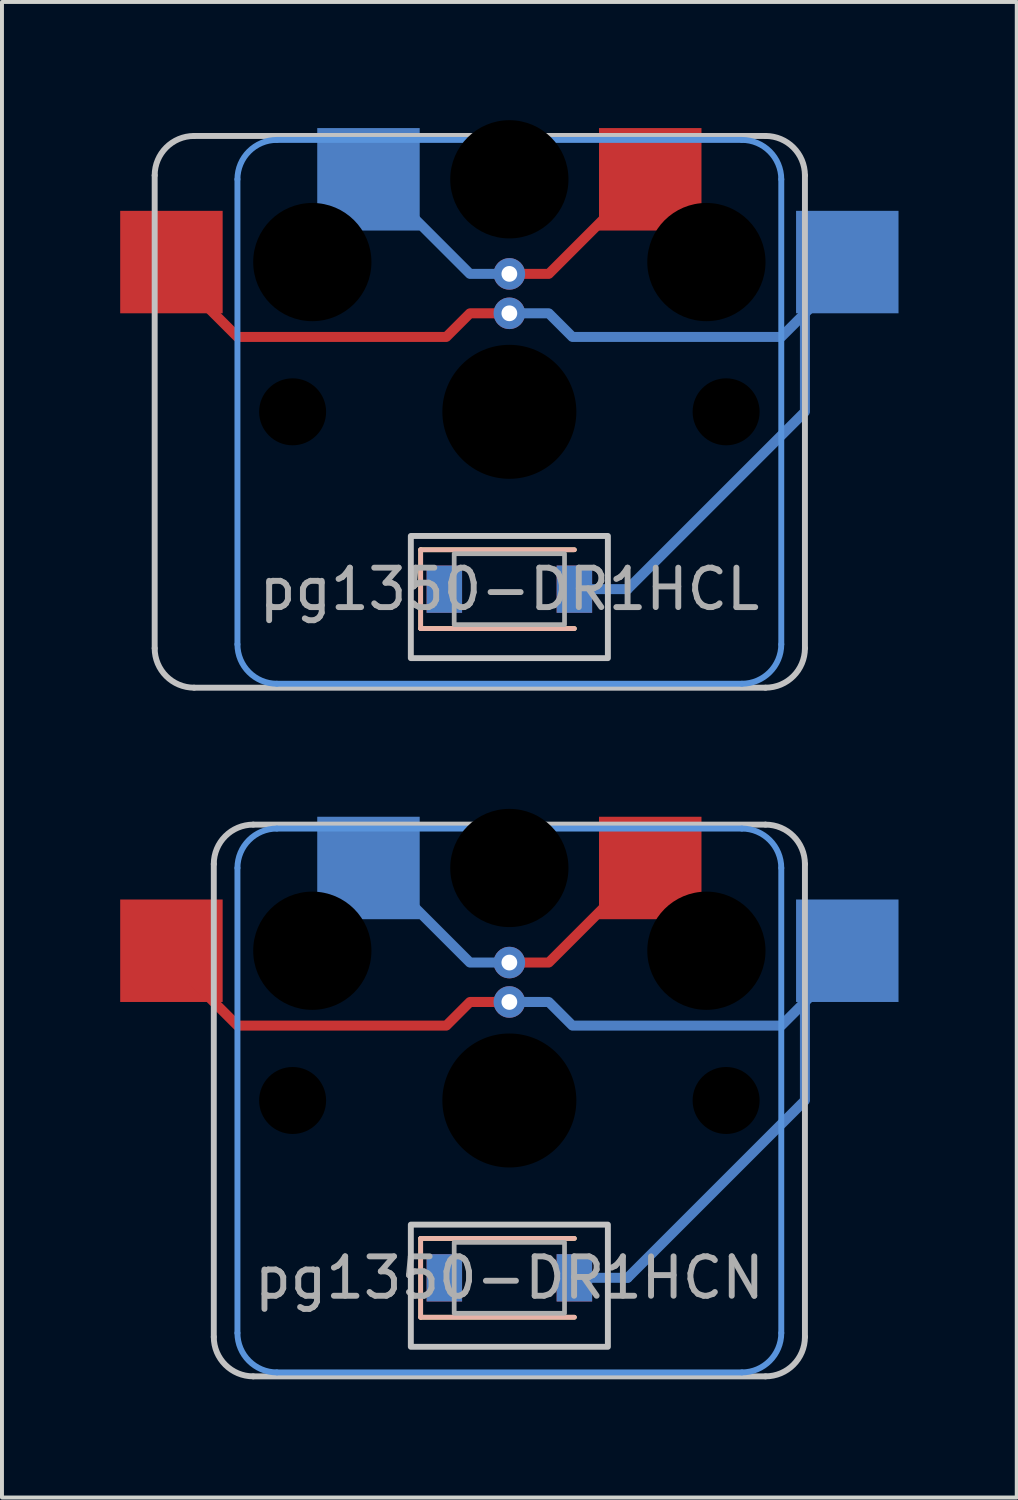
<source format=kicad_pcb>
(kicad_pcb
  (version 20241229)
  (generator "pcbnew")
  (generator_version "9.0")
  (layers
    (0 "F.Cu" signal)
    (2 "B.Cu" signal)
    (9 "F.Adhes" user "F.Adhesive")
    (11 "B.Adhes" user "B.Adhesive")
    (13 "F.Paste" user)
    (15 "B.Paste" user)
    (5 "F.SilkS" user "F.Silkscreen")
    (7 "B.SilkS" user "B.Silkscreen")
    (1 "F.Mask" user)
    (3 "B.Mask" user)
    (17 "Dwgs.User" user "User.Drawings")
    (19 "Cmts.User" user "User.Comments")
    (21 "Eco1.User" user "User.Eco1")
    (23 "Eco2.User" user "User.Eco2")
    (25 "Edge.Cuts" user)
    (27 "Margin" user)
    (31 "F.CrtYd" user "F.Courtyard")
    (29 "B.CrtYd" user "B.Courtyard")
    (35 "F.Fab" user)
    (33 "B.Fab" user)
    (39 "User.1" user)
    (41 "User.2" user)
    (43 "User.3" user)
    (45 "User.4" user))
  (footprint "pg1350-DR1HCL"
    (layer "F.Cu")
    (at 9.875 11.9)
    (property "Reference" "pg1350-DR1HCL" (at 0 0 0) (layer "F.Fab") (effects (font (size 1 1) (thickness 0.15))))
    (attr smd)
    (fp_line (start -2.25 -1) (end -2.25 1) (stroke (width 0.12) (type solid)) (layer "F.SilkS"))
    (fp_line (start -2.25 1) (end 1.65 1) (stroke (width 0.12) (type solid)) (layer "F.SilkS"))
    (fp_line (start 1.65 -1) (end -2.25 -1) (stroke (width 0.12) (type solid)) (layer "F.SilkS"))
    (fp_line (start -2.25 -1) (end -2.25 1) (stroke (width 0.12) (type solid)) (layer "B.SilkS"))
    (fp_line (start -2.25 1) (end 1.65 1) (stroke (width 0.12) (type solid)) (layer "B.SilkS"))
    (fp_line (start 1.65 -1) (end -2.25 -1) (stroke (width 0.12) (type solid)) (layer "B.SilkS"))
    (fp_line (start -9 1.5) (end -9 -10.5) (stroke (width 0.15) (type solid)) (layer "Dwgs.User"))
    (fp_line (start -8 -11.5) (end 6.5 -11.5) (stroke (width 0.15) (type solid)) (layer "Dwgs.User"))
    (fp_line (start 6.5 2.5) (end -8 2.5) (stroke (width 0.15) (type solid)) (layer "Dwgs.User"))
    (fp_line (start 7.5 -10.5) (end 7.5 1.5) (stroke (width 0.15) (type solid)) (layer "Dwgs.User"))
    (fp_rect (start 2.5 1.75) (end -2.5 -1.35) (stroke (width 0.15) (type solid)) (fill no) (layer "Dwgs.User"))
    (fp_arc (start -9 -10.5) (mid -8.707107 -11.207107) (end -8 -11.5) (stroke (width 0.15) (type solid)) (layer "Dwgs.User"))
    (fp_arc (start -8 2.5) (mid -8.707107 2.207107) (end -9 1.5) (stroke (width 0.15) (type solid)) (layer "Dwgs.User"))
    (fp_arc (start 6.5 -11.5) (mid 7.207107 -11.207107) (end 7.5 -10.5) (stroke (width 0.15) (type solid)) (layer "Dwgs.User"))
    (fp_arc (start 7.5 1.5) (mid 7.207107 2.207107) (end 6.5 2.5) (stroke (width 0.15) (type solid)) (layer "Dwgs.User"))
    (fp_line (start -6.9 1.4) (end -6.9 -10.4) (stroke (width 0.15) (type solid)) (layer "Cmts.User"))
    (fp_line (start -5.9 -11.4) (end 5.9 -11.4) (stroke (width 0.15) (type solid)) (layer "Cmts.User"))
    (fp_line (start 5.9 2.4) (end -5.9 2.4) (stroke (width 0.15) (type solid)) (layer "Cmts.User"))
    (fp_line (start 6.9 -10.4) (end 6.9 1.4) (stroke (width 0.15) (type solid)) (layer "Cmts.User"))
    (fp_arc (start -6.9 -10.4) (mid -6.607107 -11.107107) (end -5.9 -11.4) (stroke (width 0.15) (type solid)) (layer "Cmts.User"))
    (fp_arc (start -5.9 2.4) (mid -6.607107 2.107107) (end -6.9 1.4) (stroke (width 0.15) (type solid)) (layer "Cmts.User"))
    (fp_arc (start 5.9 -11.4) (mid 6.607107 -11.107107) (end 6.9 -10.4) (stroke (width 0.15) (type solid)) (layer "Cmts.User"))
    (fp_arc (start 6.9 1.4) (mid 6.607107 2.107107) (end 5.9 2.4) (stroke (width 0.15) (type solid)) (layer "Cmts.User"))
    (fp_rect (start 1.4 0.9) (end -1.4 -0.9) (stroke (width 0.12) (type solid)) (fill no) (layer "F.Fab"))
    (pad "" np_thru_hole circle (at -5.5 -4.5) (size 1.7 1.7) (drill 1.7) (layers "*.Mask"))
    (pad "" np_thru_hole circle (at -5 -8.3) (size 3 3) (drill 3) (layers "*.Mask"))
    (pad "" np_thru_hole circle (at 0 -10.4) (size 3 3) (drill 3) (layers "*.Mask"))
    (pad "" thru_hole circle (at 0 -8) (size 0.8 0.8) (drill 0.4) (layers "*.Cu"))
    (pad "" thru_hole circle (at 0 -7) (size 0.8 0.8) (drill 0.4) (layers "*.Cu"))
    (pad "" np_thru_hole circle (at 0 -4.5) (size 3.4 3.4) (drill 3.4) (layers "*.Mask"))
    (pad "" np_thru_hole circle (at 5 -8.3) (size 3 3) (drill 3) (layers "*.Mask"))
    (pad "" np_thru_hole circle (at 5.5 -4.5) (size 1.7 1.7) (drill 1.7) (layers "*.Mask"))
    (pad "1" smd rect (at -3.575 -10.4) (size 2.6 2.6) (layers "B.Cu" "B.Mask"))
    (pad "1" smd custom (at 0 -8) (size 0.254 0.254) (layers "F.Cu") (options (anchor circle)) (primitives (gr_line (start 0 0) (end 1 0) (width 0.254)) (gr_line (start 1 0) (end 2.5 -1.5) (width 0.254))))
    (pad "1" smd custom (at 0 -8) (size 0.254 0.254) (layers "B.Cu") (options (anchor circle)) (primitives (gr_line (start 0 0) (end -1 0) (width 0.254)) (gr_line (start -1 0) (end -2.5 -1.5) (width 0.254))))
    (pad "1" smd rect (at 3.575 -10.4) (size 2.6 2.6) (layers "F.Cu" "F.Mask"))
    (pad "2" smd rect (at -1.65 0) (size 0.9 1.2) (layers "*.Cu" "*.Mask"))
    (pad "3" smd rect (at -8.575 -8.3) (size 2.6 2.6) (layers "F.Cu" "F.Mask"))
    (pad "3" smd custom (at 0 -7) (size 0.254 0.254) (layers "F.Cu") (options (anchor circle)) (primitives (gr_line (start 0 0) (end -1 0) (width 0.254)) (gr_line (start -1 0) (end -1.6 0.6) (width 0.254)) (gr_line (start -1.6 0.6) (end -6.9 0.6) (width 0.254)) (gr_line (start -6.9 0.6) (end -8 -0.5) (width 0.254))))
    (pad "3" smd custom (at 0 -7) (size 0.254 0.254) (layers "B.Cu") (options (anchor circle)) (primitives (gr_line (start 0 0) (end 1 0) (width 0.254)) (gr_line (start 1 0) (end 1.6 0.6) (width 0.254)) (gr_line (start 1.6 0.6) (end 6.9 0.6) (width 0.254)) (gr_line (start 6.9 0.6) (end 8 -0.5) (width 0.254))))
    (pad "3" smd rect (at 1.65 0) (size 0.9 1.2) (layers "*.Cu" "*.Mask"))
    (pad "3" smd oval (at 2.325 0) (size 1.604 0.254) (layers "B.Cu"))
    (pad "3" smd custom (at 3 0) (size 0.254 0.254) (layers "B.Cu") (options (anchor circle)) (primitives (gr_line (start 0 0) (end 4.5 -4.5) (width 0.254)) (gr_line (start 4.5 -4.5) (end 4.5 -8.3) (width 0.254))))
    (pad "3" smd rect (at 8.575 -8.3) (size 2.6 2.6) (layers "B.Cu" "B.Mask")))
  (footprint "pg1350-DR1HCN"
    (layer "F.Cu")
    (at 9.875 29.375)
    (property "Reference" "pg1350-DR1HCN" (at 0 0 0) (layer "F.Fab") (effects (font (size 1 1) (thickness 0.15))))
    (attr smd)
    (fp_line (start -2.25 -1) (end -2.25 1) (stroke (width 0.12) (type solid)) (layer "F.SilkS"))
    (fp_line (start -2.25 1) (end 1.65 1) (stroke (width 0.12) (type solid)) (layer "F.SilkS"))
    (fp_line (start 1.65 -1) (end -2.25 -1) (stroke (width 0.12) (type solid)) (layer "F.SilkS"))
    (fp_line (start -2.25 -1) (end -2.25 1) (stroke (width 0.12) (type solid)) (layer "B.SilkS"))
    (fp_line (start -2.25 1) (end 1.65 1) (stroke (width 0.12) (type solid)) (layer "B.SilkS"))
    (fp_line (start 1.65 -1) (end -2.25 -1) (stroke (width 0.12) (type solid)) (layer "B.SilkS"))
    (fp_line (start -7.5 1.5) (end -7.5 -10.5) (stroke (width 0.15) (type solid)) (layer "Dwgs.User"))
    (fp_line (start -6.5 -11.5) (end 6.5 -11.5) (stroke (width 0.15) (type solid)) (layer "Dwgs.User"))
    (fp_line (start 6.5 2.5) (end -6.5 2.5) (stroke (width 0.15) (type solid)) (layer "Dwgs.User"))
    (fp_line (start 7.5 -10.5) (end 7.5 1.5) (stroke (width 0.15) (type solid)) (layer "Dwgs.User"))
    (fp_rect (start 2.5 1.75) (end -2.5 -1.35) (stroke (width 0.15) (type solid)) (fill no) (layer "Dwgs.User"))
    (fp_arc (start -7.5 -10.5) (mid -7.207107 -11.207107) (end -6.5 -11.5) (stroke (width 0.15) (type solid)) (layer "Dwgs.User"))
    (fp_arc (start -6.5 2.5) (mid -7.207107 2.207107) (end -7.5 1.5) (stroke (width 0.15) (type solid)) (layer "Dwgs.User"))
    (fp_arc (start 6.5 -11.5) (mid 7.207107 -11.207107) (end 7.5 -10.5) (stroke (width 0.15) (type solid)) (layer "Dwgs.User"))
    (fp_arc (start 7.5 1.5) (mid 7.207107 2.207107) (end 6.5 2.5) (stroke (width 0.15) (type solid)) (layer "Dwgs.User"))
    (fp_line (start -6.9 1.4) (end -6.9 -10.4) (stroke (width 0.15) (type solid)) (layer "Cmts.User"))
    (fp_line (start -5.9 -11.4) (end 5.9 -11.4) (stroke (width 0.15) (type solid)) (layer "Cmts.User"))
    (fp_line (start 5.9 2.4) (end -5.9 2.4) (stroke (width 0.15) (type solid)) (layer "Cmts.User"))
    (fp_line (start 6.9 -10.4) (end 6.9 1.4) (stroke (width 0.15) (type solid)) (layer "Cmts.User"))
    (fp_arc (start -6.9 -10.4) (mid -6.607107 -11.107107) (end -5.9 -11.4) (stroke (width 0.15) (type solid)) (layer "Cmts.User"))
    (fp_arc (start -5.9 2.4) (mid -6.607107 2.107107) (end -6.9 1.4) (stroke (width 0.15) (type solid)) (layer "Cmts.User"))
    (fp_arc (start 5.9 -11.4) (mid 6.607107 -11.107107) (end 6.9 -10.4) (stroke (width 0.15) (type solid)) (layer "Cmts.User"))
    (fp_arc (start 6.9 1.4) (mid 6.607107 2.107107) (end 5.9 2.4) (stroke (width 0.15) (type solid)) (layer "Cmts.User"))
    (fp_rect (start 1.4 0.9) (end -1.4 -0.9) (stroke (width 0.12) (type solid)) (fill no) (layer "F.Fab"))
    (pad "" np_thru_hole circle (at -5.5 -4.5) (size 1.7 1.7) (drill 1.7) (layers "*.Mask"))
    (pad "" np_thru_hole circle (at -5 -8.3) (size 3 3) (drill 3) (layers "*.Mask"))
    (pad "" np_thru_hole circle (at 0 -10.4) (size 3 3) (drill 3) (layers "*.Mask"))
    (pad "" thru_hole circle (at 0 -8) (size 0.8 0.8) (drill 0.4) (layers "*.Cu"))
    (pad "" thru_hole circle (at 0 -7) (size 0.8 0.8) (drill 0.4) (layers "*.Cu"))
    (pad "" np_thru_hole circle (at 0 -4.5) (size 3.4 3.4) (drill 3.4) (layers "*.Mask"))
    (pad "" np_thru_hole circle (at 5 -8.3) (size 3 3) (drill 3) (layers "*.Mask"))
    (pad "" np_thru_hole circle (at 5.5 -4.5) (size 1.7 1.7) (drill 1.7) (layers "*.Mask"))
    (pad "1" smd rect (at -3.575 -10.4) (size 2.6 2.6) (layers "B.Cu" "B.Mask"))
    (pad "1" smd custom (at 0 -8) (size 0.254 0.254) (layers "F.Cu") (options (anchor circle)) (primitives (gr_line (start 0 0) (end 1 0) (width 0.254)) (gr_line (start 1 0) (end 2.5 -1.5) (width 0.254))))
    (pad "1" smd custom (at 0 -8) (size 0.254 0.254) (layers "B.Cu") (options (anchor circle)) (primitives (gr_line (start 0 0) (end -1 0) (width 0.254)) (gr_line (start -1 0) (end -2.5 -1.5) (width 0.254))))
    (pad "1" smd rect (at 3.575 -10.4) (size 2.6 2.6) (layers "F.Cu" "F.Mask"))
    (pad "2" smd rect (at -1.65 0) (size 0.9 1.2) (layers "*.Cu" "*.Mask"))
    (pad "3" smd rect (at -8.575 -8.3) (size 2.6 2.6) (layers "F.Cu" "F.Mask"))
    (pad "3" smd custom (at 0 -7) (size 0.254 0.254) (layers "F.Cu") (options (anchor circle)) (primitives (gr_line (start 0 0) (end -1 0) (width 0.254)) (gr_line (start -1 0) (end -1.6 0.6) (width 0.254)) (gr_line (start -1.6 0.6) (end -6.9 0.6) (width 0.254)) (gr_line (start -6.9 0.6) (end -8 -0.5) (width 0.254))))
    (pad "3" smd custom (at 0 -7) (size 0.254 0.254) (layers "B.Cu") (options (anchor circle)) (primitives (gr_line (start 0 0) (end 1 0) (width 0.254)) (gr_line (start 1 0) (end 1.6 0.6) (width 0.254)) (gr_line (start 1.6 0.6) (end 6.9 0.6) (width 0.254)) (gr_line (start 6.9 0.6) (end 8 -0.5) (width 0.254))))
    (pad "3" smd rect (at 1.65 0) (size 0.9 1.2) (layers "*.Cu" "*.Mask"))
    (pad "3" smd oval (at 2.325 0) (size 1.604 0.254) (layers "B.Cu"))
    (pad "3" smd custom (at 3 0) (size 0.254 0.254) (layers "B.Cu") (options (anchor circle)) (primitives (gr_line (start 0 0) (end 4.5 -4.5) (width 0.254)) (gr_line (start 4.5 -4.5) (end 4.5 -8.3) (width 0.254))))
    (pad "3" smd rect (at 8.575 -8.3) (size 2.6 2.6) (layers "B.Cu" "B.Mask")))
  (gr_rect
    (start -3 -3)
    (end 22.75 34.95)
    (stroke (width 0.1) (type default))
    (fill no)
    (layer "Edge.Cuts")))
</source>
